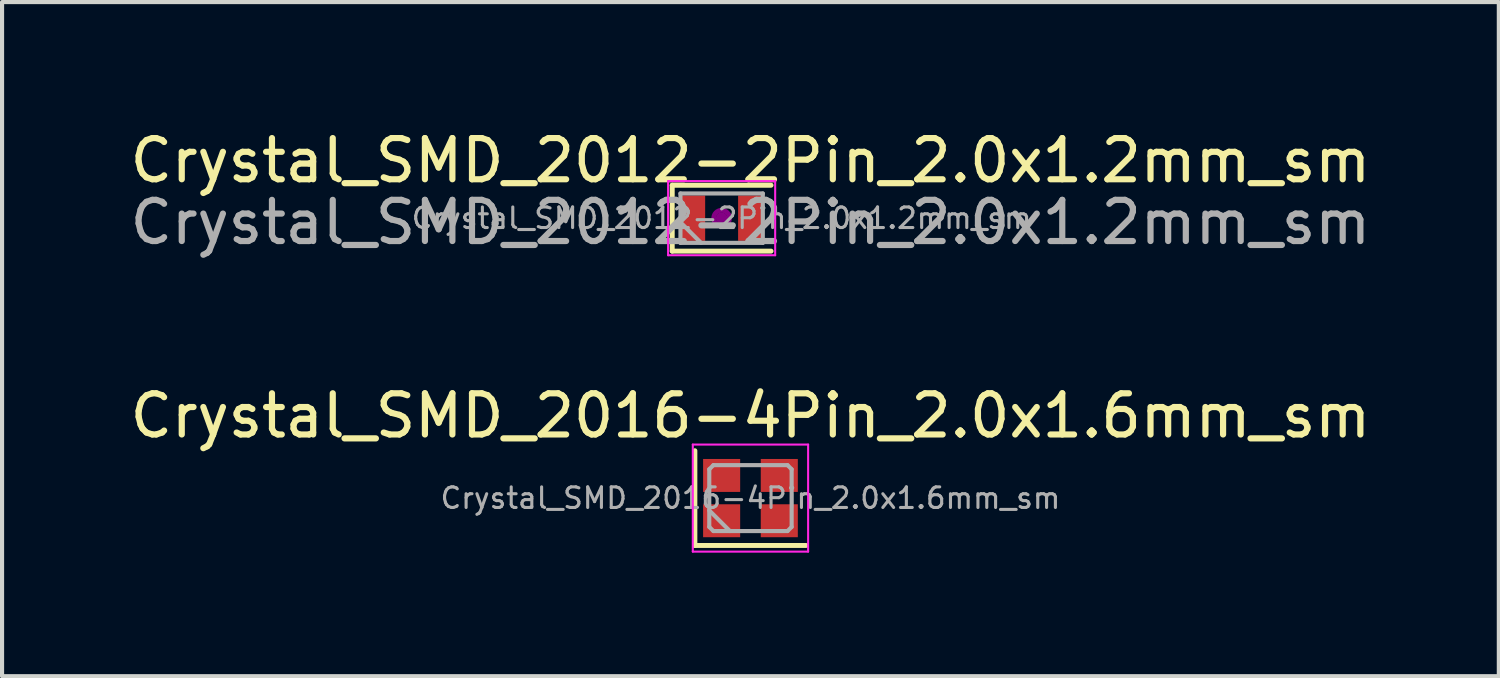
<source format=kicad_pcb>
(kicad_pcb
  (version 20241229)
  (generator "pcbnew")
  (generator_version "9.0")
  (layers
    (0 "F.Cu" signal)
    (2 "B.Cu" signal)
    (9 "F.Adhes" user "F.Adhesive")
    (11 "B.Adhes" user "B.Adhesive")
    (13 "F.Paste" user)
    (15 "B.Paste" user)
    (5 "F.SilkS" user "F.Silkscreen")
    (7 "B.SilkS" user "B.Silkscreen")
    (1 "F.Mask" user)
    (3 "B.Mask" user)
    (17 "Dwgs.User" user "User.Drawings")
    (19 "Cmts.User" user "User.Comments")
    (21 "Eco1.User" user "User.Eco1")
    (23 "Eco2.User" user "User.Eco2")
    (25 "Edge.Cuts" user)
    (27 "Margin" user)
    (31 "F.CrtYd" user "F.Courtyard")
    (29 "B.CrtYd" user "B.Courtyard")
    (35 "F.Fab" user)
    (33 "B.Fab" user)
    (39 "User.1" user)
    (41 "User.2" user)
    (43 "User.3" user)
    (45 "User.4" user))
  (footprint "Crystal_SMD_2012-2Pin_2.0x1.2mm_sm"
    (layer "F.Cu")
    (at 13.173 1.348)
    (property "Reference" "Crystal_SMD_2012-2Pin_2.0x1.2mm_sm" (at 2 -0.5 0) (unlocked yes) (layer "F.SilkS") (effects (font (size 1 1) (thickness 0.15))))
    (attr smd)
    (fp_line (start 0.1 0.1) (end 0.1 1.7) (stroke (width 0.12) (type solid)) (layer "F.SilkS"))
    (fp_line (start 0.1 1.7) (end 2.5 1.7) (stroke (width 0.12) (type solid)) (layer "F.SilkS"))
    (fp_line (start 2.5 0.1) (end 0.1 0.1) (stroke (width 0.12) (type solid)) (layer "F.SilkS"))
    (fp_circle (center 1.3 0.9) (end 1.347 0.9) (stroke (width 0.093) (type solid)) (fill no) (layer "F.Adhes"))
    (fp_circle (center 1.3 0.9) (end 1.407 0.9) (stroke (width 0.067) (type solid)) (fill no) (layer "F.Adhes"))
    (fp_circle (center 1.3 0.9) (end 1.467 0.9) (stroke (width 0.067) (type solid)) (fill no) (layer "F.Adhes"))
    (fp_circle (center 1.3 0.9) (end 1.5 0.9) (stroke (width 0.1) (type solid)) (fill no) (layer "F.Adhes"))
    (fp_line (start 0 0) (end 0 1.8) (stroke (width 0.05) (type solid)) (layer "F.CrtYd"))
    (fp_line (start 0 1.8) (end 2.6 1.8) (stroke (width 0.05) (type solid)) (layer "F.CrtYd"))
    (fp_line (start 2.6 0) (end 0 0) (stroke (width 0.05) (type solid)) (layer "F.CrtYd"))
    (fp_line (start 2.6 1.8) (end 2.6 0) (stroke (width 0.05) (type solid)) (layer "F.CrtYd"))
    (fp_line (start 0.3 0.3) (end 0.3 1.5) (stroke (width 0.1) (type solid)) (layer "F.Fab"))
    (fp_line (start 0.3 1) (end 0.8 1.5) (stroke (width 0.1) (type solid)) (layer "F.Fab"))
    (fp_line (start 0.3 1.5) (end 2.3 1.5) (stroke (width 0.1) (type solid)) (layer "F.Fab"))
    (fp_line (start 2.3 0.3) (end 0.3 0.3) (stroke (width 0.1) (type solid)) (layer "F.Fab"))
    (fp_line (start 2.3 1.5) (end 2.3 0.3) (stroke (width 0.1) (type solid)) (layer "F.Fab"))
    (fp_text user "${REFERENCE}" (at 1.3 0.9 0) (layer "F.Fab") (effects (font (size 0.5 0.5) (thickness 0.075))))
    (fp_text user "${REFERENCE}" (at 2 1 0) (unlocked yes) (layer "F.Fab") (effects (font (size 1 1) (thickness 0.15))))
    (pad "1" smd rect (at 0.6 0.9) (size 0.6 1.1) (layers "F.Cu" "F.Mask" "F.Paste"))
    (pad "2" smd rect (at 2 0.9) (size 0.6 1.1) (layers "F.Cu" "F.Mask" "F.Paste")))
  (footprint "Crystal_SMD_2016-4Pin_2.0x1.6mm_sm"
    (layer "F.Cu")
    (at 15.173 9.045)
    (property "Reference" "Crystal_SMD_2016-4Pin_2.0x1.6mm_sm" (at 0 -2 0) (layer "F.SilkS") (effects (font (size 1 1) (thickness 0.15))))
    (attr smd)
    (fp_line (start -1.35 -1.15) (end -1.35 1.15) (stroke (width 0.12) (type solid)) (layer "F.SilkS"))
    (fp_line (start -1.35 1.15) (end 1.35 1.15) (stroke (width 0.12) (type solid)) (layer "F.SilkS"))
    (fp_line (start -1.4 -1.3) (end -1.4 1.3) (stroke (width 0.05) (type solid)) (layer "F.CrtYd"))
    (fp_line (start -1.4 1.3) (end 1.4 1.3) (stroke (width 0.05) (type solid)) (layer "F.CrtYd"))
    (fp_line (start 1.4 -1.3) (end -1.4 -1.3) (stroke (width 0.05) (type solid)) (layer "F.CrtYd"))
    (fp_line (start 1.4 1.3) (end 1.4 -1.3) (stroke (width 0.05) (type solid)) (layer "F.CrtYd"))
    (fp_line (start -1 -0.7) (end -0.9 -0.8) (stroke (width 0.1) (type solid)) (layer "F.Fab"))
    (fp_line (start -1 0.3) (end -0.5 0.8) (stroke (width 0.1) (type solid)) (layer "F.Fab"))
    (fp_line (start -1 0.7) (end -1 -0.7) (stroke (width 0.1) (type solid)) (layer "F.Fab"))
    (fp_line (start -0.9 -0.8) (end 0.9 -0.8) (stroke (width 0.1) (type solid)) (layer "F.Fab"))
    (fp_line (start -0.9 0.8) (end -1 0.7) (stroke (width 0.1) (type solid)) (layer "F.Fab"))
    (fp_line (start 0.9 -0.8) (end 1 -0.7) (stroke (width 0.1) (type solid)) (layer "F.Fab"))
    (fp_line (start 0.9 0.8) (end -0.9 0.8) (stroke (width 0.1) (type solid)) (layer "F.Fab"))
    (fp_line (start 1 -0.7) (end 1 0.7) (stroke (width 0.1) (type solid)) (layer "F.Fab"))
    (fp_line (start 1 0.7) (end 0.9 0.8) (stroke (width 0.1) (type solid)) (layer "F.Fab"))
    (fp_text user "${REFERENCE}" (at 0 0 0) (layer "F.Fab") (effects (font (size 0.5 0.5) (thickness 0.075))))
    (pad "1" smd rect (at -0.7 0.55) (size 0.9 0.8) (layers "F.Cu" "F.Mask" "F.Paste"))
    (pad "2" smd rect (at 0.7 0.55) (size 0.9 0.8) (layers "F.Cu" "F.Mask" "F.Paste"))
    (pad "3" smd rect (at 0.7 -0.55) (size 0.9 0.8) (layers "F.Cu" "F.Mask" "F.Paste"))
    (pad "4" smd rect (at -0.7 -0.55) (size 0.9 0.8) (layers "F.Cu" "F.Mask" "F.Paste")))
  (gr_rect
    (start -3 -3)
    (end 33.345 13.37)
    (stroke (width 0.1) (type default))
    (fill no)
    (layer "Edge.Cuts")))
</source>
